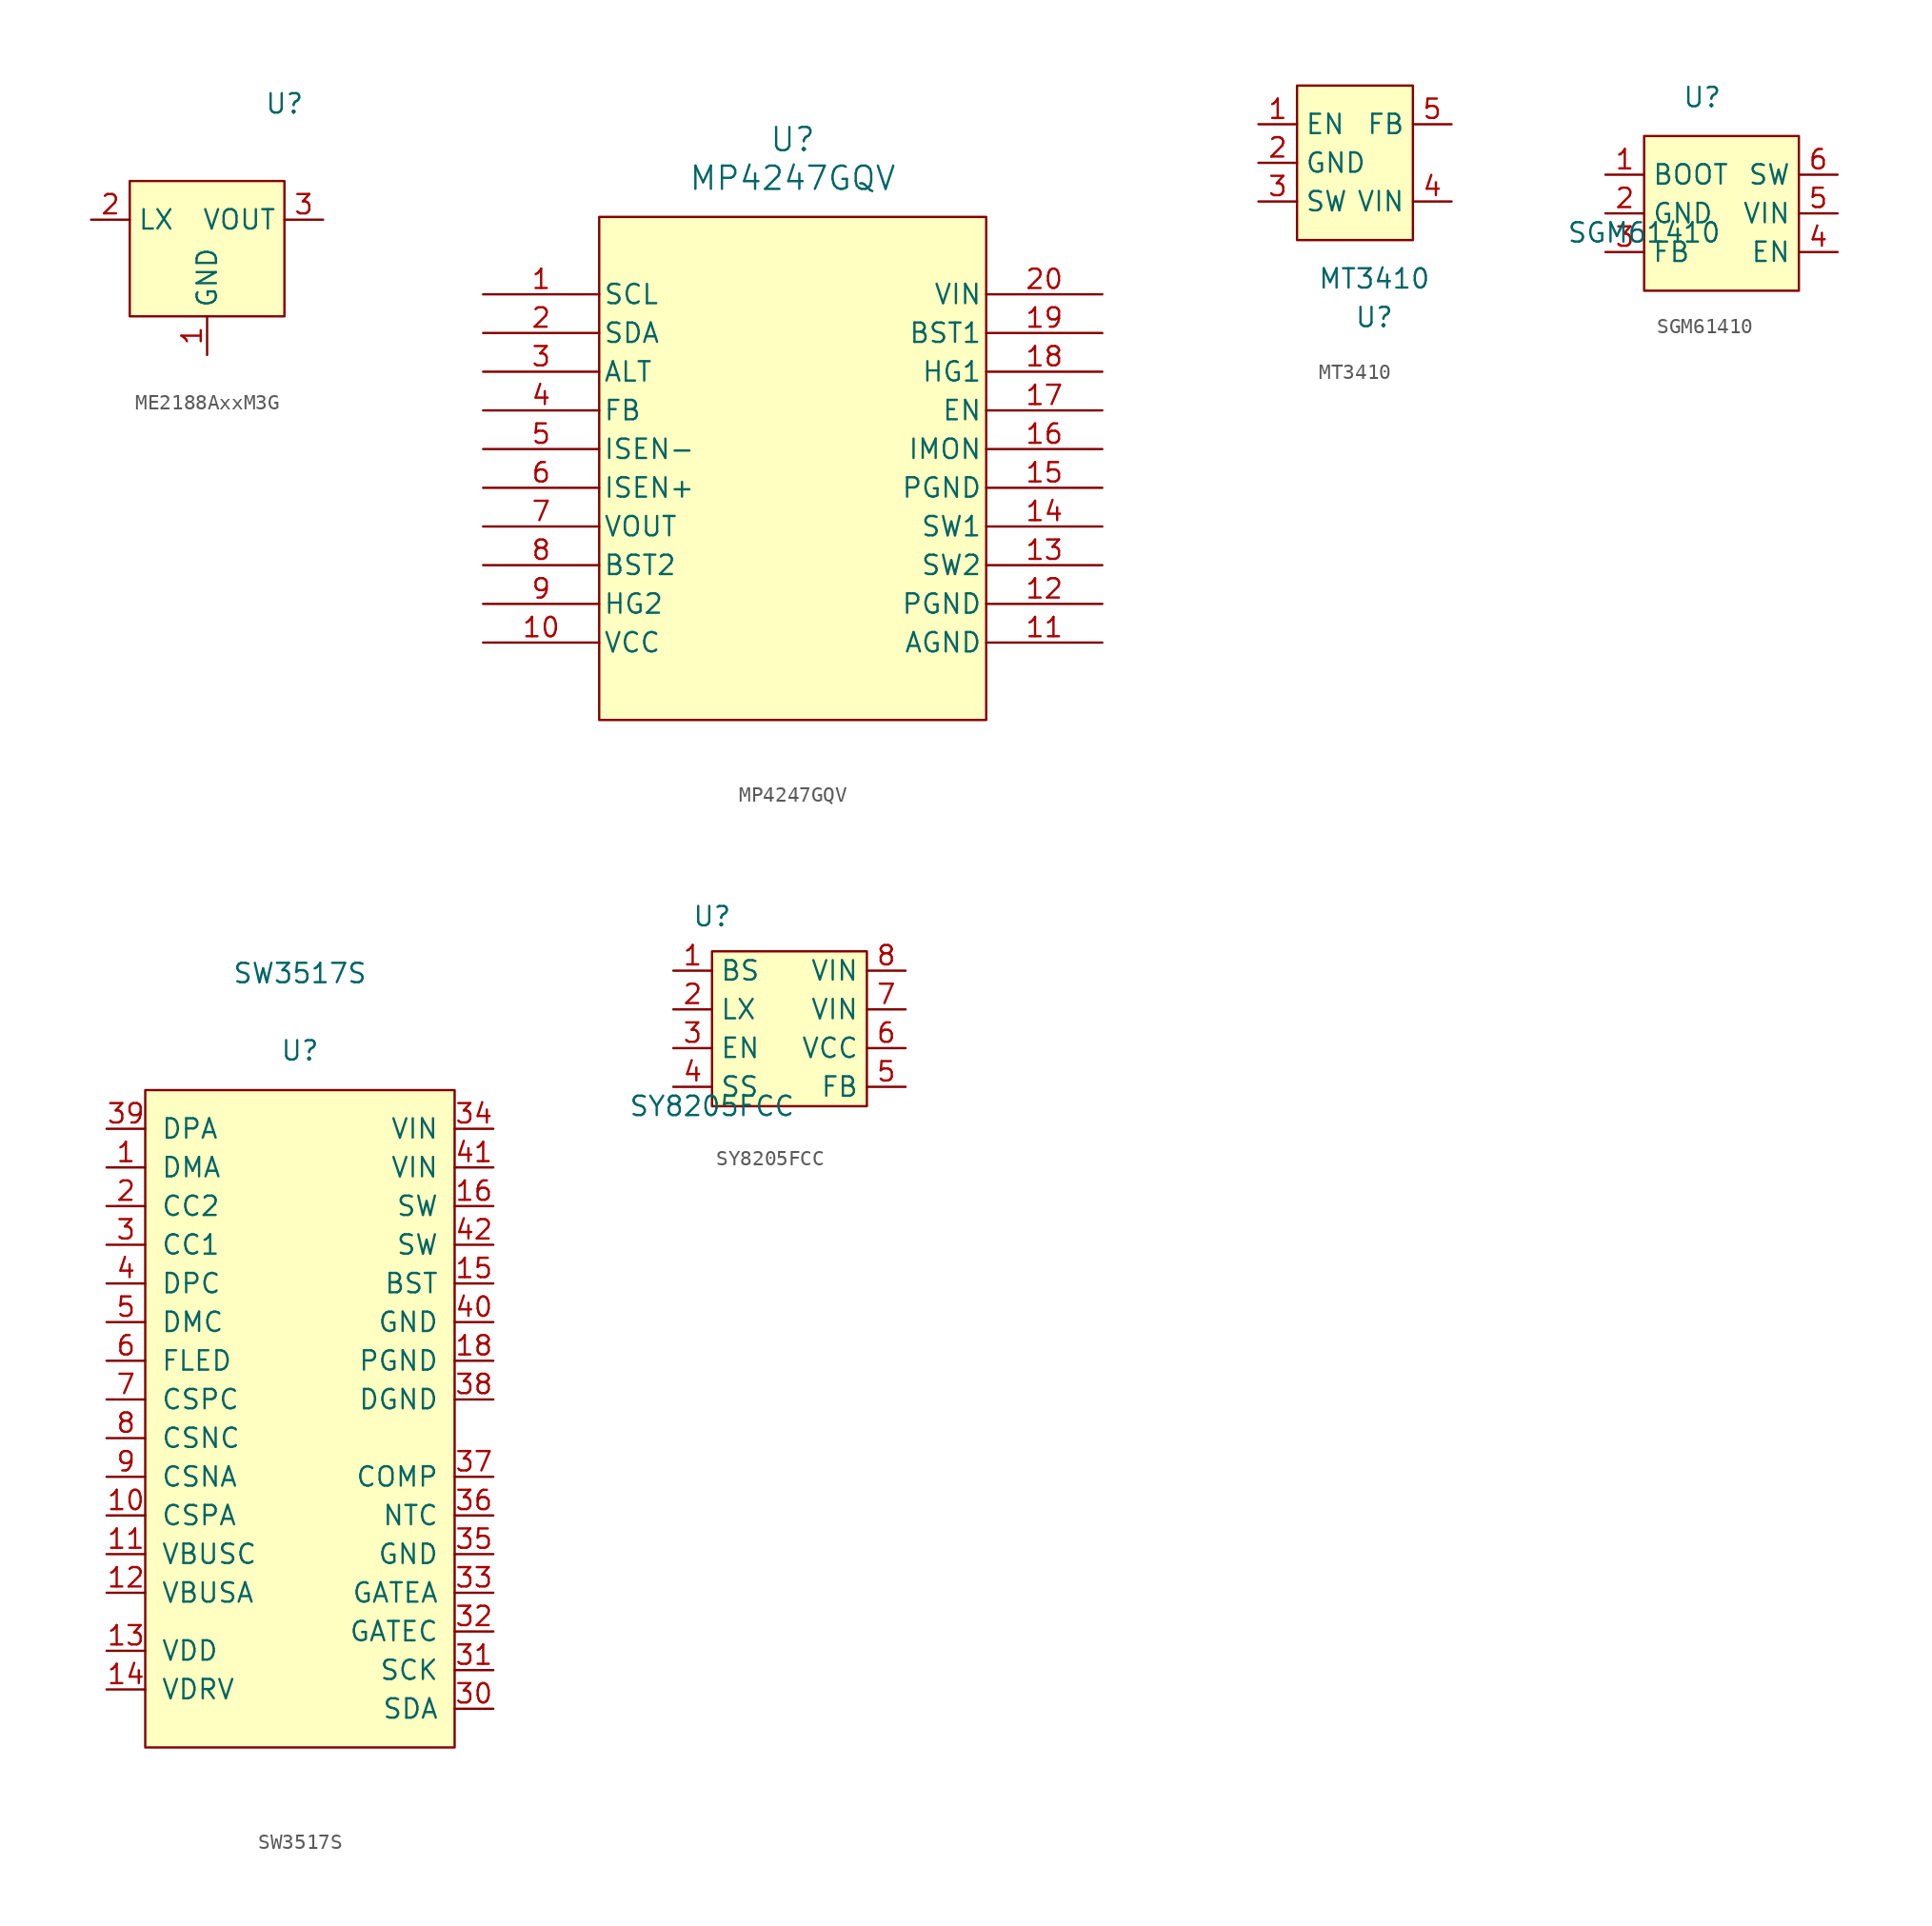
<source format=kicad_sym>
(kicad_symbol_lib
  (version 20231120)
  (generator "kicad_symbol_editor")
  (generator_version "8.0")
  (symbol "ME2188AxxM3G"
    (property "Reference" "U"
      (at 5.08 10.16 0)
      (effects (font (size 1.27 1.27))))
    (property "Value" ""
      (at 5.08 0 0)
      (effects (font (size 1.27 1.27))))
    (symbol "ME2188AxxM3G_1_1"
      (rectangle (start -5.08 5.08) (end 5.08 -3.81) (stroke (width 0) (type default)) (fill (type background)))
      (pin bidirectional line (at 0 -6.35 90) (length 2.54) (name "GND" (effects (font (size 1.27 1.27)))) (number "1" (effects (font (size 1.27 1.27)))))
      (pin bidirectional line (at -7.62 2.54 0) (length 2.54) (name "LX" (effects (font (size 1.27 1.27)))) (number "2" (effects (font (size 1.27 1.27)))))
      (pin bidirectional line (at 7.62 2.54 180) (length 2.54) (name "VOUT" (effects (font (size 1.27 1.27)))) (number "3" (effects (font (size 1.27 1.27)))))))
  (symbol "MP4247GQV"
    (pin_names
      (offset 0.254))
    (property "Reference" "U"
      (at 20.32 10.16 0)
      (effects (font (size 1.524 1.524))))
    (property "Value" "MP4247GQV"
      (at 20.32 7.62 0)
      (effects (font (size 1.524 1.524))))
    (symbol "MP4247GQV_0_1"
      (pin input line (at 0 0 0) (length 7.62) (name "SCL" (effects (font (size 1.27 1.27)))) (number "1" (effects (font (size 1.27 1.27)))))
      (pin power_in line (at 0 -22.86 0) (length 7.62) (name "VCC" (effects (font (size 1.27 1.27)))) (number "10" (effects (font (size 1.27 1.27)))))
      (pin power_in line (at 40.64 -22.86 180) (length 7.62) (name "AGND" (effects (font (size 1.27 1.27)))) (number "11" (effects (font (size 1.27 1.27)))))
      (pin power_in line (at 40.64 -20.32 180) (length 7.62) (name "PGND" (effects (font (size 1.27 1.27)))) (number "12" (effects (font (size 1.27 1.27)))))
      (pin unspecified line (at 40.64 -17.78 180) (length 7.62) (name "SW2" (effects (font (size 1.27 1.27)))) (number "13" (effects (font (size 1.27 1.27)))))
      (pin unspecified line (at 40.64 -15.24 180) (length 7.62) (name "SW1" (effects (font (size 1.27 1.27)))) (number "14" (effects (font (size 1.27 1.27)))))
      (pin power_in line (at 40.64 -12.7 180) (length 7.62) (name "PGND" (effects (font (size 1.27 1.27)))) (number "15" (effects (font (size 1.27 1.27)))))
      (pin output line (at 40.64 -10.16 180) (length 7.62) (name "IMON" (effects (font (size 1.27 1.27)))) (number "16" (effects (font (size 1.27 1.27)))))
      (pin input line (at 40.64 -7.62 180) (length 7.62) (name "EN" (effects (font (size 1.27 1.27)))) (number "17" (effects (font (size 1.27 1.27)))))
      (pin output line (at 40.64 -5.08 180) (length 7.62) (name "HG1" (effects (font (size 1.27 1.27)))) (number "18" (effects (font (size 1.27 1.27)))))
      (pin power_in line (at 40.64 -2.54 180) (length 7.62) (name "BST1" (effects (font (size 1.27 1.27)))) (number "19" (effects (font (size 1.27 1.27)))))
      (pin unspecified line (at 0 -2.54 0) (length 7.62) (name "SDA" (effects (font (size 1.27 1.27)))) (number "2" (effects (font (size 1.27 1.27)))))
      (pin power_in line (at 40.64 0 180) (length 7.62) (name "VIN" (effects (font (size 1.27 1.27)))) (number "20" (effects (font (size 1.27 1.27)))))
      (pin output line (at 0 -5.08 0) (length 7.62) (name "ALT" (effects (font (size 1.27 1.27)))) (number "3" (effects (font (size 1.27 1.27)))))
      (pin unspecified line (at 0 -7.62 0) (length 7.62) (name "FB" (effects (font (size 1.27 1.27)))) (number "4" (effects (font (size 1.27 1.27)))))
      (pin input line (at 0 -10.16 0) (length 7.62) (name "ISEN-" (effects (font (size 1.27 1.27)))) (number "5" (effects (font (size 1.27 1.27)))))
      (pin input line (at 0 -12.7 0) (length 7.62) (name "ISEN+" (effects (font (size 1.27 1.27)))) (number "6" (effects (font (size 1.27 1.27)))))
      (pin power_in line (at 0 -15.24 0) (length 7.62) (name "VOUT" (effects (font (size 1.27 1.27)))) (number "7" (effects (font (size 1.27 1.27)))))
      (pin power_in line (at 0 -17.78 0) (length 7.62) (name "BST2" (effects (font (size 1.27 1.27)))) (number "8" (effects (font (size 1.27 1.27)))))
      (pin output line (at 0 -20.32 0) (length 7.62) (name "HG2" (effects (font (size 1.27 1.27)))) (number "9" (effects (font (size 1.27 1.27))))))
    (symbol "MP4247GQV_1_1"
      (rectangle (start 7.62 5.08) (end 33.02 -27.94) (stroke (width 0) (type default)) (fill (type background)))))
  (symbol "MT3410"
    (property "Reference" "U"
      (at 0 -10.16 0)
      (effects (font (size 1.27 1.27))))
    (property "Value" "MT3410"
      (at 0 -7.62 0)
      (effects (font (size 1.27 1.27))))
    (symbol "MT3410_0_1"
      (rectangle (start -5.08 5.08) (end 2.54 -5.08) (stroke (width 0) (type default)) (fill (type background))))
    (symbol "MT3410_1_1"
      (pin bidirectional line (at -7.62 2.54 0) (length 2.54) (name "EN" (effects (font (size 1.27 1.27)))) (number "1" (effects (font (size 1.27 1.27)))))
      (pin power_in line (at -7.62 0 0) (length 2.54) (name "GND" (effects (font (size 1.27 1.27)))) (number "2" (effects (font (size 1.27 1.27)))))
      (pin bidirectional line (at -7.62 -2.54 0) (length 2.54) (name "SW" (effects (font (size 1.27 1.27)))) (number "3" (effects (font (size 1.27 1.27)))))
      (pin power_in line (at 5.08 -2.54 180) (length 2.54) (name "VIN" (effects (font (size 1.27 1.27)))) (number "4" (effects (font (size 1.27 1.27)))))
      (pin bidirectional line (at 5.08 2.54 180) (length 2.54) (name "FB" (effects (font (size 1.27 1.27)))) (number "5" (effects (font (size 1.27 1.27)))))))
  (symbol "SGM61410"
    (property "Reference" "U"
      (at -1.27 7.62 0)
      (effects (font (size 1.27 1.27))))
    (property "Value" "SGM61410"
      (at -5.08 -1.27 0)
      (effects (font (size 1.27 1.27))))
    (symbol "SGM61410_1_1"
      (rectangle (start -5.08 5.08) (end 5.08 -5.08) (stroke (width 0) (type default)) (fill (type background)))
      (pin bidirectional line (at -7.62 2.54 0) (length 2.54) (name "BOOT" (effects (font (size 1.27 1.27)))) (number "1" (effects (font (size 1.27 1.27)))))
      (pin power_in line (at -7.62 0 0) (length 2.54) (name "GND" (effects (font (size 1.27 1.27)))) (number "2" (effects (font (size 1.27 1.27)))))
      (pin bidirectional line (at -7.62 -2.54 0) (length 2.54) (name "FB" (effects (font (size 1.27 1.27)))) (number "3" (effects (font (size 1.27 1.27)))))
      (pin bidirectional line (at 7.62 -2.54 180) (length 2.54) (name "EN" (effects (font (size 1.27 1.27)))) (number "4" (effects (font (size 1.27 1.27)))))
      (pin power_in line (at 7.62 0 180) (length 2.54) (name "VIN" (effects (font (size 1.27 1.27)))) (number "5" (effects (font (size 1.27 1.27)))))
      (pin bidirectional line (at 7.62 2.54 180) (length 2.54) (name "SW" (effects (font (size 1.27 1.27)))) (number "6" (effects (font (size 1.27 1.27)))))))
  (symbol "SW3517S"
    (pin_names
      (offset 1.016))
    (property "Reference" "U"
      (at 0 30.531 0)
      (effects (font (size 1.27 1.27))))
    (property "Value" "SW3517S"
      (at 0 35.611 0)
      (effects (font (size 1.27 1.27))))
    (symbol "SW3517S_1_1"
      (rectangle (start -10.16 27.94) (end 10.16 -15.24) (stroke (width 0.152) (type solid)) (fill (type background)))
      (pin bidirectional line (at -12.7 22.86 0) (length 2.54) (name "DMA" (effects (font (size 1.27 1.27)))) (number "1" (effects (font (size 1.27 1.27)))))
      (pin bidirectional line (at -12.7 0 0) (length 2.54) (name "CSPA" (effects (font (size 1.27 1.27)))) (number "10" (effects (font (size 1.27 1.27)))))
      (pin bidirectional line (at -12.7 -2.54 0) (length 2.54) (name "VBUSC" (effects (font (size 1.27 1.27)))) (number "11" (effects (font (size 1.27 1.27)))))
      (pin bidirectional line (at -12.7 -5.08 0) (length 2.54) (name "VBUSA" (effects (font (size 1.27 1.27)))) (number "12" (effects (font (size 1.27 1.27)))))
      (pin bidirectional line (at -12.7 -8.89 0) (length 2.54) (name "VDD" (effects (font (size 1.27 1.27)))) (number "13" (effects (font (size 1.27 1.27)))))
      (pin bidirectional line (at -12.7 -11.43 0) (length 2.54) (name "VDRV" (effects (font (size 1.27 1.27)))) (number "14" (effects (font (size 1.27 1.27)))))
      (pin bidirectional line (at 12.7 15.24 180) (length 2.54) (name "BST" (effects (font (size 1.27 1.27)))) (number "15" (effects (font (size 1.27 1.27)))))
      (pin bidirectional line (at 12.7 20.32 180) (length 2.54) (name "SW" (effects (font (size 1.27 1.27)))) (number "16" (effects (font (size 1.27 1.27)))))
      (pin bidirectional line (at 12.7 10.16 180) (length 2.54) (name "PGND" (effects (font (size 1.27 1.27)))) (number "18" (effects (font (size 1.27 1.27)))))
      (pin bidirectional line (at -12.7 20.32 0) (length 2.54) (name "CC2" (effects (font (size 1.27 1.27)))) (number "2" (effects (font (size 1.27 1.27)))))
      (pin bidirectional line (at -12.7 17.78 0) (length 2.54) (name "CC1" (effects (font (size 1.27 1.27)))) (number "3" (effects (font (size 1.27 1.27)))))
      (pin bidirectional line (at 12.7 -12.7 180) (length 2.54) (name "SDA" (effects (font (size 1.27 1.27)))) (number "30" (effects (font (size 1.27 1.27)))))
      (pin bidirectional line (at 12.7 -10.16 180) (length 2.54) (name "SCK" (effects (font (size 1.27 1.27)))) (number "31" (effects (font (size 1.27 1.27)))))
      (pin bidirectional line (at 12.7 -7.62 180) (length 2.54) (name "GATEC" (effects (font (size 1.27 1.27)))) (number "32" (effects (font (size 1.27 1.27)))))
      (pin bidirectional line (at 12.7 -5.08 180) (length 2.54) (name "GATEA" (effects (font (size 1.27 1.27)))) (number "33" (effects (font (size 1.27 1.27)))))
      (pin bidirectional line (at 12.7 25.4 180) (length 2.54) (name "VIN" (effects (font (size 1.27 1.27)))) (number "34" (effects (font (size 1.27 1.27)))))
      (pin bidirectional line (at 12.7 -2.54 180) (length 2.54) (name "GND" (effects (font (size 1.27 1.27)))) (number "35" (effects (font (size 1.27 1.27)))))
      (pin bidirectional line (at 12.7 0 180) (length 2.54) (name "NTC" (effects (font (size 1.27 1.27)))) (number "36" (effects (font (size 1.27 1.27)))))
      (pin bidirectional line (at 12.7 2.54 180) (length 2.54) (name "COMP" (effects (font (size 1.27 1.27)))) (number "37" (effects (font (size 1.27 1.27)))))
      (pin bidirectional line (at 12.7 7.62 180) (length 2.54) (name "DGND" (effects (font (size 1.27 1.27)))) (number "38" (effects (font (size 1.27 1.27)))))
      (pin bidirectional line (at -12.7 25.4 0) (length 2.54) (name "DPA" (effects (font (size 1.27 1.27)))) (number "39" (effects (font (size 1.27 1.27)))))
      (pin bidirectional line (at -12.7 15.24 0) (length 2.54) (name "DPC" (effects (font (size 1.27 1.27)))) (number "4" (effects (font (size 1.27 1.27)))))
      (pin power_in line (at 12.7 12.7 180) (length 2.54) (name "GND" (effects (font (size 1.27 1.27)))) (number "40" (effects (font (size 1.27 1.27)))))
      (pin power_in line (at 12.7 22.86 180) (length 2.54) (name "VIN" (effects (font (size 1.27 1.27)))) (number "41" (effects (font (size 1.27 1.27)))))
      (pin bidirectional line (at 12.7 17.78 180) (length 2.54) (name "SW" (effects (font (size 1.27 1.27)))) (number "42" (effects (font (size 1.27 1.27)))))
      (pin bidirectional line (at -12.7 12.7 0) (length 2.54) (name "DMC" (effects (font (size 1.27 1.27)))) (number "5" (effects (font (size 1.27 1.27)))))
      (pin bidirectional line (at -12.7 10.16 0) (length 2.54) (name "FLED" (effects (font (size 1.27 1.27)))) (number "6" (effects (font (size 1.27 1.27)))))
      (pin bidirectional line (at -12.7 7.62 0) (length 2.54) (name "CSPC" (effects (font (size 1.27 1.27)))) (number "7" (effects (font (size 1.27 1.27)))))
      (pin bidirectional line (at -12.7 5.08 0) (length 2.54) (name "CSNC" (effects (font (size 1.27 1.27)))) (number "8" (effects (font (size 1.27 1.27)))))
      (pin bidirectional line (at -12.7 2.54 0) (length 2.54) (name "CSNA" (effects (font (size 1.27 1.27)))) (number "9" (effects (font (size 1.27 1.27)))))))
  (symbol "SY8205FCC"
    (property "Reference" "U"
      (at -5.08 7.366 0)
      (effects (font (size 1.27 1.27))))
    (property "Value" "SY8205FCC"
      (at -5.08 -5.08 0)
      (effects (font (size 1.27 1.27))))
    (symbol "SY8205FCC_1_1"
      (rectangle (start -5.08 5.08) (end 5.08 -5.08) (stroke (width 0) (type default)) (fill (type background)))
      (pin bidirectional line (at -7.62 3.81 0) (length 2.54) (name "BS" (effects (font (size 1.27 1.27)))) (number "1" (effects (font (size 1.27 1.27)))))
      (pin bidirectional line (at -7.62 1.27 0) (length 2.54) (name "LX" (effects (font (size 1.27 1.27)))) (number "2" (effects (font (size 1.27 1.27)))))
      (pin bidirectional line (at -7.62 -1.27 0) (length 2.54) (name "EN" (effects (font (size 1.27 1.27)))) (number "3" (effects (font (size 1.27 1.27)))))
      (pin bidirectional line (at -7.62 -3.81 0) (length 2.54) (name "SS" (effects (font (size 1.27 1.27)))) (number "4" (effects (font (size 1.27 1.27)))))
      (pin bidirectional line (at 7.62 -3.81 180) (length 2.54) (name "FB" (effects (font (size 1.27 1.27)))) (number "5" (effects (font (size 1.27 1.27)))))
      (pin bidirectional line (at 7.62 -1.27 180) (length 2.54) (name "VCC" (effects (font (size 1.27 1.27)))) (number "6" (effects (font (size 1.27 1.27)))))
      (pin bidirectional line (at 7.62 1.27 180) (length 2.54) (name "VIN" (effects (font (size 1.27 1.27)))) (number "7" (effects (font (size 1.27 1.27)))))
      (pin bidirectional line (at 7.62 3.81 180) (length 2.54) (name "VIN" (effects (font (size 1.27 1.27)))) (number "8" (effects (font (size 1.27 1.27))))))))
</source>
